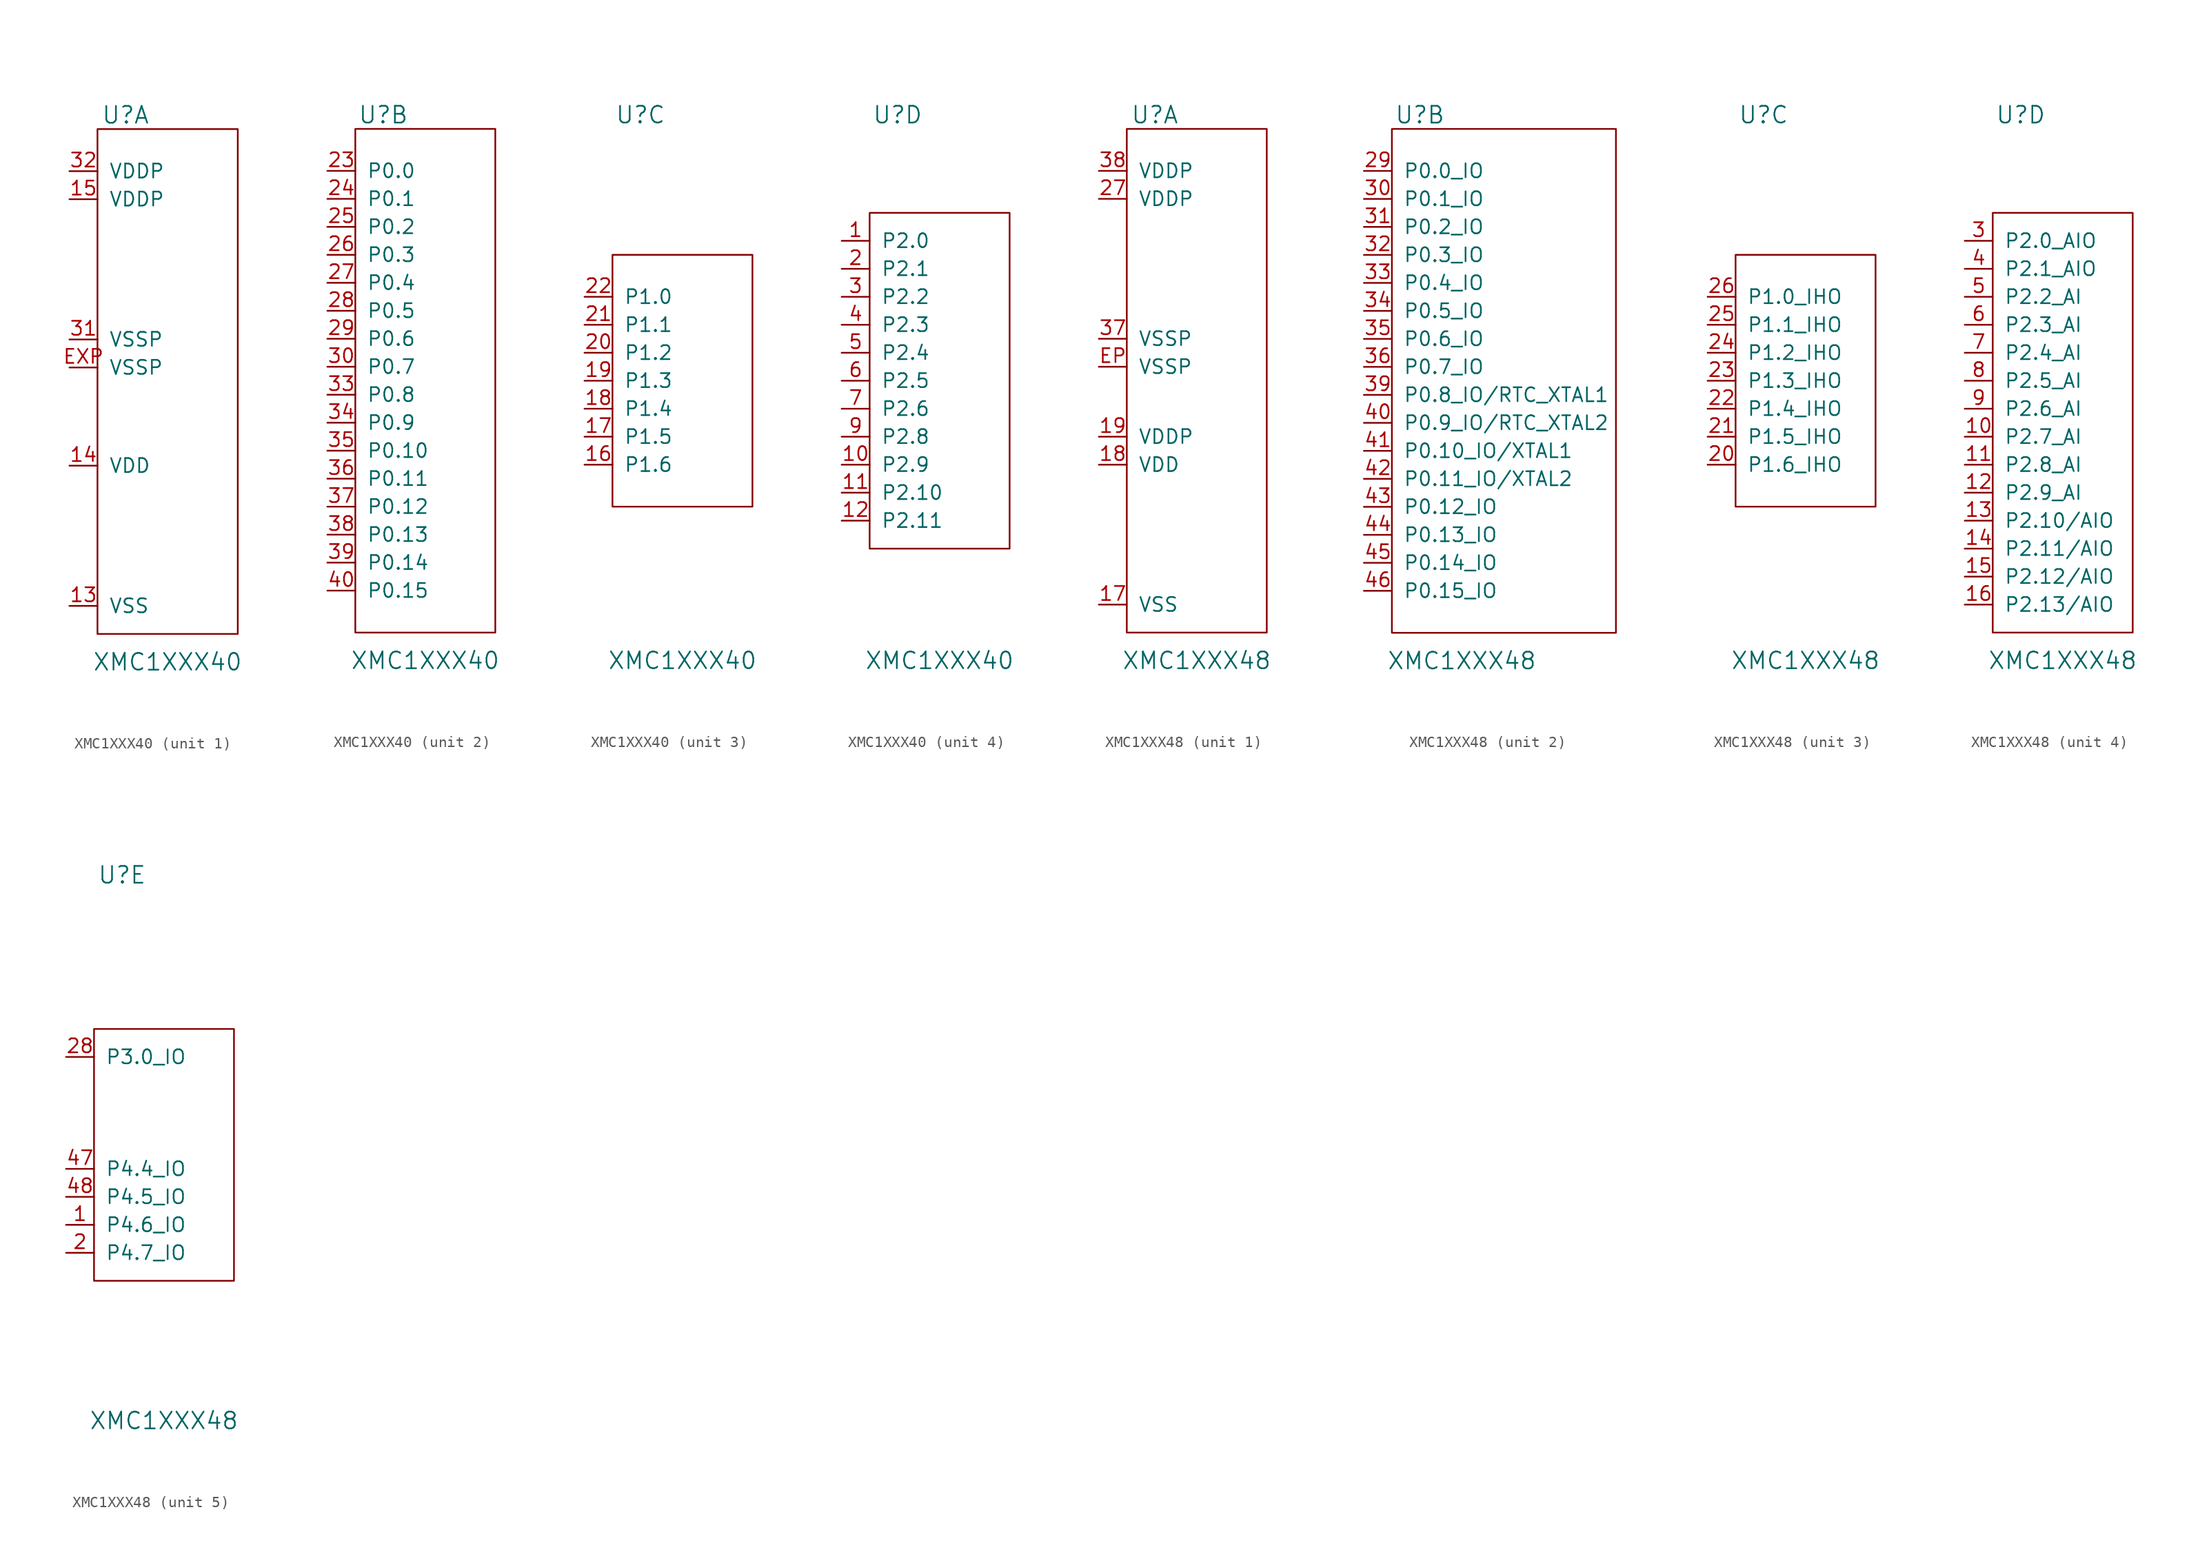
<source format=kicad_sym>
(kicad_symbol_lib
  (version 20211014)
  (generator kicad_symbol_editor)
  (symbol "XMC1XXX40"
    (pin_names
      (offset 1.016))
    (property "Reference" "U"
      (at -3.81 24.13 0)
      (effects (font (size 1.524 1.524))))
    (property "Value" "XMC1XXX40"
      (at 0 -25.4 0)
      (effects (font (size 1.524 1.524))))
    (property "Footprint" ""
      (at 3.81 19.05 0)
      (effects (font (size 1.524 1.524))))
    (property "Datasheet" ""
      (at 3.81 19.05 0)
      (effects (font (size 1.524 1.524))))
    (symbol "XMC1XXX40_1_1"
      (rectangle (start -6.35 22.86) (end 6.35 -22.86) (stroke (width 0) (type default) (color 0 0 0 0)) (fill (type none)))
      (pin passive line (at -8.89 -20.32 0) (length 2.54) (name "VSS" (effects (font (size 1.27 1.27)))) (number "13" (effects (font (size 1.27 1.27)))))
      (pin passive line (at -8.89 -7.62 0) (length 2.54) (name "VDD" (effects (font (size 1.27 1.27)))) (number "14" (effects (font (size 1.27 1.27)))))
      (pin passive line (at -8.89 16.51 0) (length 2.54) (name "VDDP" (effects (font (size 1.27 1.27)))) (number "15" (effects (font (size 1.27 1.27)))))
      (pin passive line (at -8.89 3.81 0) (length 2.54) (name "VSSP" (effects (font (size 1.27 1.27)))) (number "31" (effects (font (size 1.27 1.27)))))
      (pin passive line (at -8.89 19.05 0) (length 2.54) (name "VDDP" (effects (font (size 1.27 1.27)))) (number "32" (effects (font (size 1.27 1.27)))))
      (pin passive line (at -8.89 1.27 0) (length 2.54) (name "VSSP" (effects (font (size 1.27 1.27)))) (number "EXP" (effects (font (size 1.27 1.27))))))
    (symbol "XMC1XXX40_2_1"
      (rectangle (start -6.35 22.86) (end 6.35 -22.86) (stroke (width 0) (type default) (color 0 0 0 0)) (fill (type none)))
      (pin passive line (at -8.89 19.05 0) (length 2.54) (name "P0.0" (effects (font (size 1.27 1.27)))) (number "23" (effects (font (size 1.27 1.27)))))
      (pin passive line (at -8.89 16.51 0) (length 2.54) (name "P0.1" (effects (font (size 1.27 1.27)))) (number "24" (effects (font (size 1.27 1.27)))))
      (pin passive line (at -8.89 13.97 0) (length 2.54) (name "P0.2" (effects (font (size 1.27 1.27)))) (number "25" (effects (font (size 1.27 1.27)))))
      (pin passive line (at -8.89 11.43 0) (length 2.54) (name "P0.3" (effects (font (size 1.27 1.27)))) (number "26" (effects (font (size 1.27 1.27)))))
      (pin passive line (at -8.89 8.89 0) (length 2.54) (name "P0.4" (effects (font (size 1.27 1.27)))) (number "27" (effects (font (size 1.27 1.27)))))
      (pin passive line (at -8.89 6.35 0) (length 2.54) (name "P0.5" (effects (font (size 1.27 1.27)))) (number "28" (effects (font (size 1.27 1.27)))))
      (pin passive line (at -8.89 3.81 0) (length 2.54) (name "P0.6" (effects (font (size 1.27 1.27)))) (number "29" (effects (font (size 1.27 1.27)))))
      (pin passive line (at -8.89 1.27 0) (length 2.54) (name "P0.7" (effects (font (size 1.27 1.27)))) (number "30" (effects (font (size 1.27 1.27)))))
      (pin passive line (at -8.89 -1.27 0) (length 2.54) (name "P0.8" (effects (font (size 1.27 1.27)))) (number "33" (effects (font (size 1.27 1.27)))))
      (pin passive line (at -8.89 -3.81 0) (length 2.54) (name "P0.9" (effects (font (size 1.27 1.27)))) (number "34" (effects (font (size 1.27 1.27)))))
      (pin passive line (at -8.89 -6.35 0) (length 2.54) (name "P0.10" (effects (font (size 1.27 1.27)))) (number "35" (effects (font (size 1.27 1.27)))))
      (pin passive line (at -8.89 -8.89 0) (length 2.54) (name "P0.11" (effects (font (size 1.27 1.27)))) (number "36" (effects (font (size 1.27 1.27)))))
      (pin passive line (at -8.89 -11.43 0) (length 2.54) (name "P0.12" (effects (font (size 1.27 1.27)))) (number "37" (effects (font (size 1.27 1.27)))))
      (pin passive line (at -8.89 -13.97 0) (length 2.54) (name "P0.13" (effects (font (size 1.27 1.27)))) (number "38" (effects (font (size 1.27 1.27)))))
      (pin passive line (at -8.89 -16.51 0) (length 2.54) (name "P0.14" (effects (font (size 1.27 1.27)))) (number "39" (effects (font (size 1.27 1.27)))))
      (pin passive line (at -8.89 -19.05 0) (length 2.54) (name "P0.15" (effects (font (size 1.27 1.27)))) (number "40" (effects (font (size 1.27 1.27))))))
    (symbol "XMC1XXX40_3_1"
      (rectangle (start -6.35 11.43) (end 6.35 -11.43) (stroke (width 0) (type default) (color 0 0 0 0)) (fill (type none)))
      (pin passive line (at -8.89 -7.62 0) (length 2.54) (name "P1.6" (effects (font (size 1.27 1.27)))) (number "16" (effects (font (size 1.27 1.27)))))
      (pin passive line (at -8.89 -5.08 0) (length 2.54) (name "P1.5" (effects (font (size 1.27 1.27)))) (number "17" (effects (font (size 1.27 1.27)))))
      (pin passive line (at -8.89 -2.54 0) (length 2.54) (name "P1.4" (effects (font (size 1.27 1.27)))) (number "18" (effects (font (size 1.27 1.27)))))
      (pin passive line (at -8.89 0 0) (length 2.54) (name "P1.3" (effects (font (size 1.27 1.27)))) (number "19" (effects (font (size 1.27 1.27)))))
      (pin passive line (at -8.89 2.54 0) (length 2.54) (name "P1.2" (effects (font (size 1.27 1.27)))) (number "20" (effects (font (size 1.27 1.27)))))
      (pin passive line (at -8.89 5.08 0) (length 2.54) (name "P1.1" (effects (font (size 1.27 1.27)))) (number "21" (effects (font (size 1.27 1.27)))))
      (pin passive line (at -8.89 7.62 0) (length 2.54) (name "P1.0" (effects (font (size 1.27 1.27)))) (number "22" (effects (font (size 1.27 1.27))))))
    (symbol "XMC1XXX40_4_1"
      (rectangle (start -6.35 15.24) (end 6.35 -15.24) (stroke (width 0) (type default) (color 0 0 0 0)) (fill (type none)))
      (pin passive line (at -8.89 12.7 0) (length 2.54) (name "P2.0" (effects (font (size 1.27 1.27)))) (number "1" (effects (font (size 1.27 1.27)))))
      (pin passive line (at -8.89 -7.62 0) (length 2.54) (name "P2.9" (effects (font (size 1.27 1.27)))) (number "10" (effects (font (size 1.27 1.27)))))
      (pin passive line (at -8.89 -10.16 0) (length 2.54) (name "P2.10" (effects (font (size 1.27 1.27)))) (number "11" (effects (font (size 1.27 1.27)))))
      (pin passive line (at -8.89 -12.7 0) (length 2.54) (name "P2.11" (effects (font (size 1.27 1.27)))) (number "12" (effects (font (size 1.27 1.27)))))
      (pin passive line (at -8.89 10.16 0) (length 2.54) (name "P2.1" (effects (font (size 1.27 1.27)))) (number "2" (effects (font (size 1.27 1.27)))))
      (pin passive line (at -8.89 7.62 0) (length 2.54) (name "P2.2" (effects (font (size 1.27 1.27)))) (number "3" (effects (font (size 1.27 1.27)))))
      (pin passive line (at -8.89 5.08 0) (length 2.54) (name "P2.3" (effects (font (size 1.27 1.27)))) (number "4" (effects (font (size 1.27 1.27)))))
      (pin passive line (at -8.89 2.54 0) (length 2.54) (name "P2.4" (effects (font (size 1.27 1.27)))) (number "5" (effects (font (size 1.27 1.27)))))
      (pin passive line (at -8.89 0 0) (length 2.54) (name "P2.5" (effects (font (size 1.27 1.27)))) (number "6" (effects (font (size 1.27 1.27)))))
      (pin passive line (at -8.89 -2.54 0) (length 2.54) (name "P2.6" (effects (font (size 1.27 1.27)))) (number "7" (effects (font (size 1.27 1.27)))))
      (pin passive line (at -8.89 -5.08 0) (length 2.54) (name "P2.8" (effects (font (size 1.27 1.27)))) (number "9" (effects (font (size 1.27 1.27)))))))
  (symbol "XMC1XXX48"
    (pin_names
      (offset 1.016))
    (property "Reference" "U"
      (at -3.81 24.13 0)
      (effects (font (size 1.524 1.524))))
    (property "Value" "XMC1XXX48"
      (at 0 -25.4 0)
      (effects (font (size 1.524 1.524))))
    (property "Footprint" ""
      (at 3.81 6.35 0)
      (effects (font (size 1.524 1.524))))
    (property "Datasheet" ""
      (at 3.81 6.35 0)
      (effects (font (size 1.524 1.524))))
    (symbol "XMC1XXX48_1_1"
      (rectangle (start -6.35 22.86) (end 6.35 -22.86) (stroke (width 0) (type default) (color 0 0 0 0)) (fill (type none)))
      (pin passive line (at -8.89 -20.32 0) (length 2.54) (name "VSS" (effects (font (size 1.27 1.27)))) (number "17" (effects (font (size 1.27 1.27)))))
      (pin passive line (at -8.89 -7.62 0) (length 2.54) (name "VDD" (effects (font (size 1.27 1.27)))) (number "18" (effects (font (size 1.27 1.27)))))
      (pin passive line (at -8.89 -5.08 0) (length 2.54) (name "VDDP" (effects (font (size 1.27 1.27)))) (number "19" (effects (font (size 1.27 1.27)))))
      (pin passive line (at -8.89 16.51 0) (length 2.54) (name "VDDP" (effects (font (size 1.27 1.27)))) (number "27" (effects (font (size 1.27 1.27)))))
      (pin passive line (at -8.89 3.81 0) (length 2.54) (name "VSSP" (effects (font (size 1.27 1.27)))) (number "37" (effects (font (size 1.27 1.27)))))
      (pin passive line (at -8.89 19.05 0) (length 2.54) (name "VDDP" (effects (font (size 1.27 1.27)))) (number "38" (effects (font (size 1.27 1.27)))))
      (pin passive line (at -8.89 1.27 0) (length 2.54) (name "VSSP" (effects (font (size 1.27 1.27)))) (number "EP" (effects (font (size 1.27 1.27))))))
    (symbol "XMC1XXX48_2_1"
      (rectangle (start -6.35 22.86) (end 13.97 -22.86) (stroke (width 0) (type default) (color 0 0 0 0)) (fill (type none)))
      (pin passive line (at -8.89 19.05 0) (length 2.54) (name "P0.0_IO" (effects (font (size 1.27 1.27)))) (number "29" (effects (font (size 1.27 1.27)))))
      (pin passive line (at -8.89 16.51 0) (length 2.54) (name "P0.1_IO" (effects (font (size 1.27 1.27)))) (number "30" (effects (font (size 1.27 1.27)))))
      (pin passive line (at -8.89 13.97 0) (length 2.54) (name "P0.2_IO" (effects (font (size 1.27 1.27)))) (number "31" (effects (font (size 1.27 1.27)))))
      (pin passive line (at -8.89 11.43 0) (length 2.54) (name "P0.3_IO" (effects (font (size 1.27 1.27)))) (number "32" (effects (font (size 1.27 1.27)))))
      (pin passive line (at -8.89 8.89 0) (length 2.54) (name "P0.4_IO" (effects (font (size 1.27 1.27)))) (number "33" (effects (font (size 1.27 1.27)))))
      (pin passive line (at -8.89 6.35 0) (length 2.54) (name "P0.5_IO" (effects (font (size 1.27 1.27)))) (number "34" (effects (font (size 1.27 1.27)))))
      (pin passive line (at -8.89 3.81 0) (length 2.54) (name "P0.6_IO" (effects (font (size 1.27 1.27)))) (number "35" (effects (font (size 1.27 1.27)))))
      (pin passive line (at -8.89 1.27 0) (length 2.54) (name "P0.7_IO" (effects (font (size 1.27 1.27)))) (number "36" (effects (font (size 1.27 1.27)))))
      (pin passive line (at -8.89 -1.27 0) (length 2.54) (name "P0.8_IO/RTC_XTAL1" (effects (font (size 1.27 1.27)))) (number "39" (effects (font (size 1.27 1.27)))))
      (pin passive line (at -8.89 -3.81 0) (length 2.54) (name "P0.9_IO/RTC_XTAL2" (effects (font (size 1.27 1.27)))) (number "40" (effects (font (size 1.27 1.27)))))
      (pin passive line (at -8.89 -6.35 0) (length 2.54) (name "P0.10_IO/XTAL1" (effects (font (size 1.27 1.27)))) (number "41" (effects (font (size 1.27 1.27)))))
      (pin passive line (at -8.89 -8.89 0) (length 2.54) (name "P0.11_IO/XTAL2" (effects (font (size 1.27 1.27)))) (number "42" (effects (font (size 1.27 1.27)))))
      (pin passive line (at -8.89 -11.43 0) (length 2.54) (name "P0.12_IO" (effects (font (size 1.27 1.27)))) (number "43" (effects (font (size 1.27 1.27)))))
      (pin passive line (at -8.89 -13.97 0) (length 2.54) (name "P0.13_IO" (effects (font (size 1.27 1.27)))) (number "44" (effects (font (size 1.27 1.27)))))
      (pin passive line (at -8.89 -16.51 0) (length 2.54) (name "P0.14_IO" (effects (font (size 1.27 1.27)))) (number "45" (effects (font (size 1.27 1.27)))))
      (pin passive line (at -8.89 -19.05 0) (length 2.54) (name "P0.15_IO" (effects (font (size 1.27 1.27)))) (number "46" (effects (font (size 1.27 1.27))))))
    (symbol "XMC1XXX48_3_1"
      (rectangle (start -6.35 11.43) (end 6.35 -11.43) (stroke (width 0) (type default) (color 0 0 0 0)) (fill (type none)))
      (pin passive line (at -8.89 -7.62 0) (length 2.54) (name "P1.6_IHO" (effects (font (size 1.27 1.27)))) (number "20" (effects (font (size 1.27 1.27)))))
      (pin passive line (at -8.89 -5.08 0) (length 2.54) (name "P1.5_IHO" (effects (font (size 1.27 1.27)))) (number "21" (effects (font (size 1.27 1.27)))))
      (pin passive line (at -8.89 -2.54 0) (length 2.54) (name "P1.4_IHO" (effects (font (size 1.27 1.27)))) (number "22" (effects (font (size 1.27 1.27)))))
      (pin passive line (at -8.89 0 0) (length 2.54) (name "P1.3_IHO" (effects (font (size 1.27 1.27)))) (number "23" (effects (font (size 1.27 1.27)))))
      (pin passive line (at -8.89 2.54 0) (length 2.54) (name "P1.2_IHO" (effects (font (size 1.27 1.27)))) (number "24" (effects (font (size 1.27 1.27)))))
      (pin passive line (at -8.89 5.08 0) (length 2.54) (name "P1.1_IHO" (effects (font (size 1.27 1.27)))) (number "25" (effects (font (size 1.27 1.27)))))
      (pin passive line (at -8.89 7.62 0) (length 2.54) (name "P1.0_IHO" (effects (font (size 1.27 1.27)))) (number "26" (effects (font (size 1.27 1.27))))))
    (symbol "XMC1XXX48_4_1"
      (rectangle (start -6.35 15.24) (end 6.35 -22.86) (stroke (width 0) (type default) (color 0 0 0 0)) (fill (type none)))
      (pin passive line (at -8.89 -5.08 0) (length 2.54) (name "P2.7_AI" (effects (font (size 1.27 1.27)))) (number "10" (effects (font (size 1.27 1.27)))))
      (pin passive line (at -8.89 -7.62 0) (length 2.54) (name "P2.8_AI" (effects (font (size 1.27 1.27)))) (number "11" (effects (font (size 1.27 1.27)))))
      (pin passive line (at -8.89 -10.16 0) (length 2.54) (name "P2.9_AI" (effects (font (size 1.27 1.27)))) (number "12" (effects (font (size 1.27 1.27)))))
      (pin passive line (at -8.89 -12.7 0) (length 2.54) (name "P2.10/AIO" (effects (font (size 1.27 1.27)))) (number "13" (effects (font (size 1.27 1.27)))))
      (pin passive line (at -8.89 -15.24 0) (length 2.54) (name "P2.11/AIO" (effects (font (size 1.27 1.27)))) (number "14" (effects (font (size 1.27 1.27)))))
      (pin passive line (at -8.89 -17.78 0) (length 2.54) (name "P2.12/AIO" (effects (font (size 1.27 1.27)))) (number "15" (effects (font (size 1.27 1.27)))))
      (pin passive line (at -8.89 -20.32 0) (length 2.54) (name "P2.13/AIO" (effects (font (size 1.27 1.27)))) (number "16" (effects (font (size 1.27 1.27)))))
      (pin passive line (at -8.89 12.7 0) (length 2.54) (name "P2.0_AIO" (effects (font (size 1.27 1.27)))) (number "3" (effects (font (size 1.27 1.27)))))
      (pin passive line (at -8.89 10.16 0) (length 2.54) (name "P2.1_AIO" (effects (font (size 1.27 1.27)))) (number "4" (effects (font (size 1.27 1.27)))))
      (pin passive line (at -8.89 7.62 0) (length 2.54) (name "P2.2_AI" (effects (font (size 1.27 1.27)))) (number "5" (effects (font (size 1.27 1.27)))))
      (pin passive line (at -8.89 5.08 0) (length 2.54) (name "P2.3_AI" (effects (font (size 1.27 1.27)))) (number "6" (effects (font (size 1.27 1.27)))))
      (pin passive line (at -8.89 2.54 0) (length 2.54) (name "P2.4_AI" (effects (font (size 1.27 1.27)))) (number "7" (effects (font (size 1.27 1.27)))))
      (pin passive line (at -8.89 0 0) (length 2.54) (name "P2.5_AI" (effects (font (size 1.27 1.27)))) (number "8" (effects (font (size 1.27 1.27)))))
      (pin passive line (at -8.89 -2.54 0) (length 2.54) (name "P2.6_AI" (effects (font (size 1.27 1.27)))) (number "9" (effects (font (size 1.27 1.27))))))
    (symbol "XMC1XXX48_5_1"
      (rectangle (start -6.35 10.16) (end 6.35 -12.7) (stroke (width 0) (type default) (color 0 0 0 0)) (fill (type none)))
      (pin passive line (at -8.89 -7.62 0) (length 2.54) (name "P4.6_IO" (effects (font (size 1.27 1.27)))) (number "1" (effects (font (size 1.27 1.27)))))
      (pin passive line (at -8.89 -10.16 0) (length 2.54) (name "P4.7_IO" (effects (font (size 1.27 1.27)))) (number "2" (effects (font (size 1.27 1.27)))))
      (pin passive line (at -8.89 7.62 0) (length 2.54) (name "P3.0_IO" (effects (font (size 1.27 1.27)))) (number "28" (effects (font (size 1.27 1.27)))))
      (pin passive line (at -8.89 -2.54 0) (length 2.54) (name "P4.4_IO" (effects (font (size 1.27 1.27)))) (number "47" (effects (font (size 1.27 1.27)))))
      (pin passive line (at -8.89 -5.08 0) (length 2.54) (name "P4.5_IO" (effects (font (size 1.27 1.27)))) (number "48" (effects (font (size 1.27 1.27))))))))
</source>
